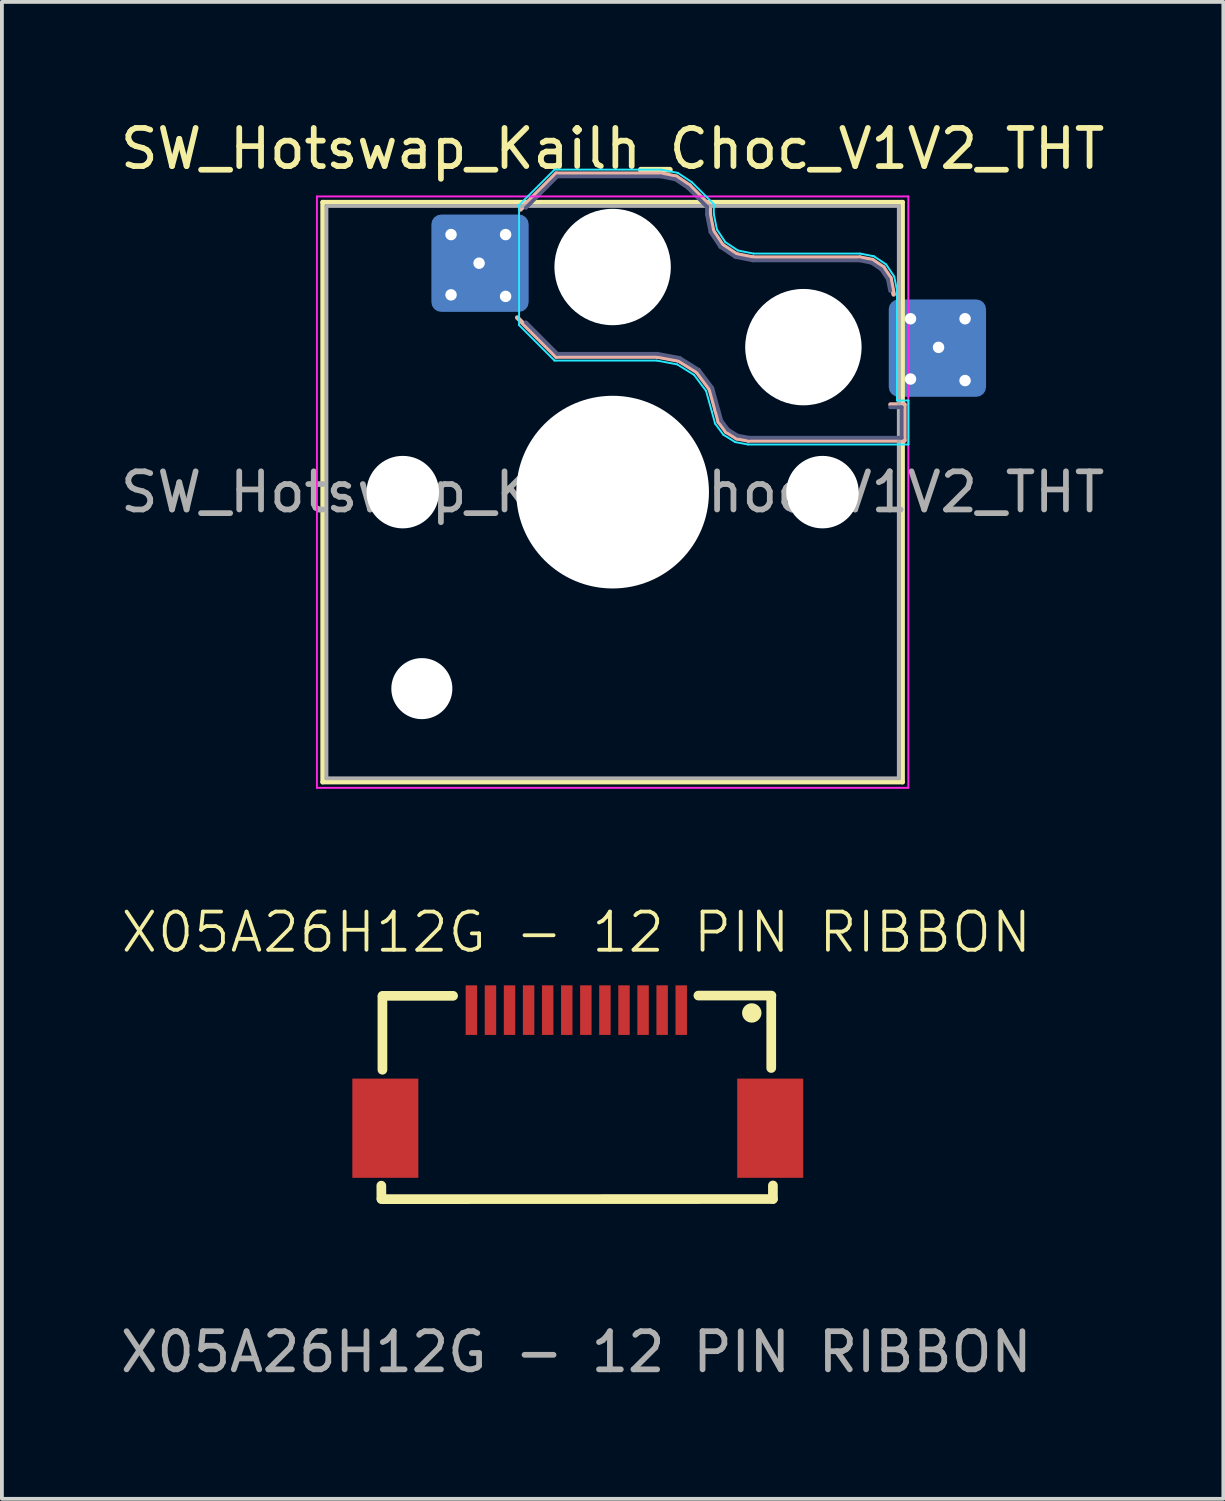
<source format=kicad_pcb>
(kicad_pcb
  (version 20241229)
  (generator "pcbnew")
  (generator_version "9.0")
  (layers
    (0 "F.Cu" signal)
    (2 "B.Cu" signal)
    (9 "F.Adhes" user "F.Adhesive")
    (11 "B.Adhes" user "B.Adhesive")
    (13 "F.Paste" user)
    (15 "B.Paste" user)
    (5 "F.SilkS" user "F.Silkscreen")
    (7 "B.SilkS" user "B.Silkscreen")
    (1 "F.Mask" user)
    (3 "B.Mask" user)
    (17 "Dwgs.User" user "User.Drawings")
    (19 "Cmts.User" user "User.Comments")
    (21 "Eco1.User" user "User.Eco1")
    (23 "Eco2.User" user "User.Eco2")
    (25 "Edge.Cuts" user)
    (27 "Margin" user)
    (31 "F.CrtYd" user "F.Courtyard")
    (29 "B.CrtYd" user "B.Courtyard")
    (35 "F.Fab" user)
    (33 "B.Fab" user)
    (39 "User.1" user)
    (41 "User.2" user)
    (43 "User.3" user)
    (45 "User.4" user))
  (footprint "SW_Hotswap_Kailh_Choc_V1V2_THT"
    (layer "F.Cu")
    (at 13.006 9.848)
    (property "Reference" "SW_Hotswap_Kailh_Choc_V1V2_THT" (at 0 -9 0) (layer "F.SilkS") (effects (font (size 1 1) (thickness 0.15))))
    (attr through_hole)
    (fp_line (start -7.6 -7.6) (end -7.6 7.6) (stroke (width 0.12) (type solid)) (layer "F.SilkS"))
    (fp_line (start -7.6 7.6) (end 7.6 7.6) (stroke (width 0.12) (type solid)) (layer "F.SilkS"))
    (fp_line (start 7.6 -7.6) (end -7.6 -7.6) (stroke (width 0.12) (type solid)) (layer "F.SilkS"))
    (fp_line (start 7.6 7.6) (end 7.6 -7.6) (stroke (width 0.12) (type solid)) (layer "F.SilkS"))
    (fp_line (start -2.416 -7.409) (end -1.479 -8.346) (stroke (width 0.12) (type solid)) (layer "B.SilkS"))
    (fp_line (start -1.479 -8.346) (end 1.268 -8.346) (stroke (width 0.12) (type solid)) (layer "B.SilkS"))
    (fp_line (start -1.479 -3.554) (end -2.5 -4.575) (stroke (width 0.12) (type solid)) (layer "B.SilkS"))
    (fp_line (start 1.168 -3.554) (end -1.479 -3.554) (stroke (width 0.12) (type solid)) (layer "B.SilkS"))
    (fp_line (start 1.268 -8.346) (end 1.671 -8.266) (stroke (width 0.12) (type solid)) (layer "B.SilkS"))
    (fp_line (start 1.671 -8.266) (end 2.013 -8.037) (stroke (width 0.12) (type solid)) (layer "B.SilkS"))
    (fp_line (start 1.73 -3.449) (end 1.168 -3.554) (stroke (width 0.12) (type solid)) (layer "B.SilkS"))
    (fp_line (start 2.013 -8.037) (end 2.546 -7.504) (stroke (width 0.12) (type solid)) (layer "B.SilkS"))
    (fp_line (start 2.209 -3.15) (end 1.73 -3.449) (stroke (width 0.12) (type solid)) (layer "B.SilkS"))
    (fp_line (start 2.546 -7.504) (end 2.546 -7.282) (stroke (width 0.12) (type solid)) (layer "B.SilkS"))
    (fp_line (start 2.546 -7.282) (end 2.633 -6.844) (stroke (width 0.12) (type solid)) (layer "B.SilkS"))
    (fp_line (start 2.547 -2.697) (end 2.209 -3.15) (stroke (width 0.12) (type solid)) (layer "B.SilkS"))
    (fp_line (start 2.633 -6.844) (end 2.877 -6.477) (stroke (width 0.12) (type solid)) (layer "B.SilkS"))
    (fp_line (start 2.701 -2.139) (end 2.547 -2.697) (stroke (width 0.12) (type solid)) (layer "B.SilkS"))
    (fp_line (start 2.783 -1.841) (end 2.701 -2.139) (stroke (width 0.12) (type solid)) (layer "B.SilkS"))
    (fp_line (start 2.877 -6.477) (end 3.244 -6.233) (stroke (width 0.12) (type solid)) (layer "B.SilkS"))
    (fp_line (start 2.976 -1.583) (end 2.783 -1.841) (stroke (width 0.12) (type solid)) (layer "B.SilkS"))
    (fp_line (start 3.244 -6.233) (end 3.682 -6.146) (stroke (width 0.12) (type solid)) (layer "B.SilkS"))
    (fp_line (start 3.25 -1.413) (end 2.976 -1.583) (stroke (width 0.12) (type solid)) (layer "B.SilkS"))
    (fp_line (start 3.56 -1.354) (end 3.25 -1.413) (stroke (width 0.12) (type solid)) (layer "B.SilkS"))
    (fp_line (start 3.682 -6.146) (end 6.482 -6.146) (stroke (width 0.12) (type solid)) (layer "B.SilkS"))
    (fp_line (start 6.482 -6.146) (end 6.809 -6.081) (stroke (width 0.12) (type solid)) (layer "B.SilkS"))
    (fp_line (start 6.809 -6.081) (end 7.092 -5.892) (stroke (width 0.12) (type solid)) (layer "B.SilkS"))
    (fp_line (start 7.092 -5.892) (end 7.281 -5.609) (stroke (width 0.12) (type solid)) (layer "B.SilkS"))
    (fp_line (start 7.281 -5.609) (end 7.366 -5.182) (stroke (width 0.12) (type solid)) (layer "B.SilkS"))
    (fp_line (start 7.283 -2.296) (end 7.646 -2.296) (stroke (width 0.12) (type solid)) (layer "B.SilkS"))
    (fp_line (start 7.646 -2.296) (end 7.646 -1.354) (stroke (width 0.12) (type solid)) (layer "B.SilkS"))
    (fp_line (start 7.646 -1.354) (end 3.56 -1.354) (stroke (width 0.12) (type solid)) (layer "B.SilkS"))
    (fp_line (start -7.25 -7.25) (end -7.25 7.25) (stroke (width 0.1) (type solid)) (layer "Eco1.User"))
    (fp_line (start -7.25 7.25) (end 7.25 7.25) (stroke (width 0.1) (type solid)) (layer "Eco1.User"))
    (fp_line (start 7.25 -7.25) (end -7.25 -7.25) (stroke (width 0.1) (type solid)) (layer "Eco1.User"))
    (fp_line (start 7.25 7.25) (end 7.25 -7.25) (stroke (width 0.1) (type solid)) (layer "Eco1.User"))
    (fp_line (start -2.452 -7.523) (end -1.523 -8.452) (stroke (width 0.05) (type solid)) (layer "B.CrtYd"))
    (fp_line (start -2.452 -4.377) (end -2.452 -7.523) (stroke (width 0.05) (type solid)) (layer "B.CrtYd"))
    (fp_line (start -1.523 -8.452) (end 1.278 -8.452) (stroke (width 0.05) (type solid)) (layer "B.CrtYd"))
    (fp_line (start -1.523 -3.448) (end -2.452 -4.377) (stroke (width 0.05) (type solid)) (layer "B.CrtYd"))
    (fp_line (start 1.159 -3.448) (end -1.523 -3.448) (stroke (width 0.05) (type solid)) (layer "B.CrtYd"))
    (fp_line (start 1.278 -8.452) (end 1.712 -8.366) (stroke (width 0.05) (type solid)) (layer "B.CrtYd"))
    (fp_line (start 1.691 -3.348) (end 1.159 -3.448) (stroke (width 0.05) (type solid)) (layer "B.CrtYd"))
    (fp_line (start 1.712 -8.366) (end 2.081 -8.119) (stroke (width 0.05) (type solid)) (layer "B.CrtYd"))
    (fp_line (start 2.081 -8.119) (end 2.652 -7.548) (stroke (width 0.05) (type solid)) (layer "B.CrtYd"))
    (fp_line (start 2.136 -3.071) (end 1.691 -3.348) (stroke (width 0.05) (type solid)) (layer "B.CrtYd"))
    (fp_line (start 2.45 -2.65) (end 2.136 -3.071) (stroke (width 0.05) (type solid)) (layer "B.CrtYd"))
    (fp_line (start 2.599 -2.111) (end 2.45 -2.65) (stroke (width 0.05) (type solid)) (layer "B.CrtYd"))
    (fp_line (start 2.652 -7.548) (end 2.652 -7.292) (stroke (width 0.05) (type solid)) (layer "B.CrtYd"))
    (fp_line (start 2.652 -7.292) (end 2.733 -6.885) (stroke (width 0.05) (type solid)) (layer "B.CrtYd"))
    (fp_line (start 2.687 -1.794) (end 2.599 -2.111) (stroke (width 0.05) (type solid)) (layer "B.CrtYd"))
    (fp_line (start 2.733 -6.885) (end 2.953 -6.553) (stroke (width 0.05) (type solid)) (layer "B.CrtYd"))
    (fp_line (start 2.903 -1.503) (end 2.687 -1.794) (stroke (width 0.05) (type solid)) (layer "B.CrtYd"))
    (fp_line (start 2.953 -6.553) (end 3.285 -6.333) (stroke (width 0.05) (type solid)) (layer "B.CrtYd"))
    (fp_line (start 3.211 -1.312) (end 2.903 -1.503) (stroke (width 0.05) (type solid)) (layer "B.CrtYd"))
    (fp_line (start 3.285 -6.333) (end 3.692 -6.252) (stroke (width 0.05) (type solid)) (layer "B.CrtYd"))
    (fp_line (start 3.55 -1.248) (end 3.211 -1.312) (stroke (width 0.05) (type solid)) (layer "B.CrtYd"))
    (fp_line (start 3.692 -6.252) (end 6.492 -6.252) (stroke (width 0.05) (type solid)) (layer "B.CrtYd"))
    (fp_line (start 6.492 -6.252) (end 6.85 -6.181) (stroke (width 0.05) (type solid)) (layer "B.CrtYd"))
    (fp_line (start 6.85 -6.181) (end 7.168 -5.968) (stroke (width 0.05) (type solid)) (layer "B.CrtYd"))
    (fp_line (start 7.168 -5.968) (end 7.381 -5.65) (stroke (width 0.05) (type solid)) (layer "B.CrtYd"))
    (fp_line (start 7.381 -5.65) (end 7.452 -5.292) (stroke (width 0.05) (type solid)) (layer "B.CrtYd"))
    (fp_line (start 7.452 -5.292) (end 7.452 -2.402) (stroke (width 0.05) (type solid)) (layer "B.CrtYd"))
    (fp_line (start 7.452 -2.402) (end 7.752 -2.402) (stroke (width 0.05) (type solid)) (layer "B.CrtYd"))
    (fp_line (start 7.752 -2.402) (end 7.752 -1.248) (stroke (width 0.05) (type solid)) (layer "B.CrtYd"))
    (fp_line (start 7.752 -1.248) (end 3.55 -1.248) (stroke (width 0.05) (type solid)) (layer "B.CrtYd"))
    (fp_line (start -7.75 -7.75) (end -7.75 7.75) (stroke (width 0.05) (type solid)) (layer "F.CrtYd"))
    (fp_line (start -7.75 7.75) (end 7.75 7.75) (stroke (width 0.05) (type solid)) (layer "F.CrtYd"))
    (fp_line (start 7.75 -7.75) (end -7.75 -7.75) (stroke (width 0.05) (type solid)) (layer "F.CrtYd"))
    (fp_line (start 7.75 7.75) (end 7.75 -7.75) (stroke (width 0.05) (type solid)) (layer "F.CrtYd"))
    (fp_line (start -2.275 -7.45) (end -1.45 -8.275) (stroke (width 0.1) (type solid)) (layer "B.Fab"))
    (fp_line (start -1.45 -8.275) (end 1.261 -8.275) (stroke (width 0.1) (type solid)) (layer "B.Fab"))
    (fp_line (start -1.45 -3.625) (end -2.275 -4.45) (stroke (width 0.1) (type solid)) (layer "B.Fab"))
    (fp_line (start 1.175 -3.625) (end -1.45 -3.625) (stroke (width 0.1) (type solid)) (layer "B.Fab"))
    (fp_line (start 1.261 -8.275) (end 1.643 -8.199) (stroke (width 0.1) (type solid)) (layer "B.Fab"))
    (fp_line (start 1.643 -8.199) (end 1.968 -7.982) (stroke (width 0.1) (type solid)) (layer "B.Fab"))
    (fp_line (start 1.756 -3.516) (end 1.175 -3.625) (stroke (width 0.1) (type solid)) (layer "B.Fab"))
    (fp_line (start 1.968 -7.982) (end 2.475 -7.475) (stroke (width 0.1) (type solid)) (layer "B.Fab"))
    (fp_line (start 2.258 -3.203) (end 1.756 -3.516) (stroke (width 0.1) (type solid)) (layer "B.Fab"))
    (fp_line (start 2.475 -7.475) (end 2.475 -7.275) (stroke (width 0.1) (type solid)) (layer "B.Fab"))
    (fp_line (start 2.475 -7.275) (end 2.566 -6.816) (stroke (width 0.1) (type solid)) (layer "B.Fab"))
    (fp_line (start 2.566 -6.816) (end 2.826 -6.426) (stroke (width 0.1) (type solid)) (layer "B.Fab"))
    (fp_line (start 2.612 -2.729) (end 2.258 -3.203) (stroke (width 0.1) (type solid)) (layer "B.Fab"))
    (fp_line (start 2.769 -2.158) (end 2.612 -2.729) (stroke (width 0.1) (type solid)) (layer "B.Fab"))
    (fp_line (start 2.826 -6.426) (end 3.216 -6.166) (stroke (width 0.1) (type solid)) (layer "B.Fab"))
    (fp_line (start 2.848 -1.873) (end 2.769 -2.158) (stroke (width 0.1) (type solid)) (layer "B.Fab"))
    (fp_line (start 3.025 -1.636) (end 2.848 -1.873) (stroke (width 0.1) (type solid)) (layer "B.Fab"))
    (fp_line (start 3.216 -6.166) (end 3.675 -6.075) (stroke (width 0.1) (type solid)) (layer "B.Fab"))
    (fp_line (start 3.276 -1.48) (end 3.025 -1.636) (stroke (width 0.1) (type solid)) (layer "B.Fab"))
    (fp_line (start 3.567 -1.425) (end 3.276 -1.48) (stroke (width 0.1) (type solid)) (layer "B.Fab"))
    (fp_line (start 3.675 -6.075) (end 6.475 -6.075) (stroke (width 0.1) (type solid)) (layer "B.Fab"))
    (fp_line (start 6.475 -6.075) (end 6.781 -6.014) (stroke (width 0.1) (type solid)) (layer "B.Fab"))
    (fp_line (start 6.781 -6.014) (end 7.041 -5.841) (stroke (width 0.1) (type solid)) (layer "B.Fab"))
    (fp_line (start 7.041 -5.841) (end 7.214 -5.581) (stroke (width 0.1) (type solid)) (layer "B.Fab"))
    (fp_line (start 7.214 -5.581) (end 7.275 -5.275) (stroke (width 0.1) (type solid)) (layer "B.Fab"))
    (fp_line (start 7.275 -2.225) (end 7.575 -2.225) (stroke (width 0.1) (type solid)) (layer "B.Fab"))
    (fp_line (start 7.575 -2.225) (end 7.575 -1.425) (stroke (width 0.1) (type solid)) (layer "B.Fab"))
    (fp_line (start 7.575 -1.425) (end 3.567 -1.425) (stroke (width 0.1) (type solid)) (layer "B.Fab"))
    (fp_line (start -7.5 -7.5) (end -7.5 7.5) (stroke (width 0.1) (type solid)) (layer "F.Fab"))
    (fp_line (start -7.5 7.5) (end 7.5 7.5) (stroke (width 0.1) (type solid)) (layer "F.Fab"))
    (fp_line (start 7.5 -7.5) (end -7.5 -7.5) (stroke (width 0.1) (type solid)) (layer "F.Fab"))
    (fp_line (start 7.5 7.5) (end 7.5 -7.5) (stroke (width 0.1) (type solid)) (layer "F.Fab"))
    (fp_text user "${REFERENCE}" (at 0 0 0) (layer "F.Fab") (effects (font (size 1 1) (thickness 0.15))))
    (pad "" np_thru_hole circle (at -5.5 0) (size 1.9 1.9) (drill 1.9) (layers "*.Cu" "*.Mask"))
    (pad "" np_thru_hole circle (at -5 5.15) (size 1.6 1.6) (drill 1.6) (layers "*.Cu" "*.Mask"))
    (pad "" np_thru_hole circle (at 0 -5.9) (size 3.05 3.05) (drill 3.05) (layers "*.Cu" "*.Mask"))
    (pad "" np_thru_hole circle (at 0 0) (size 5.05 5.05) (drill 5.05) (layers "*.Cu" "*.Mask"))
    (pad "" np_thru_hole circle (at 5 -3.8) (size 3.05 3.05) (drill 3.05) (layers "*.Cu" "*.Mask"))
    (pad "" np_thru_hole circle (at 5.5 0) (size 1.9 1.9) (drill 1.9) (layers "*.Cu" "*.Mask"))
    (pad "1" thru_hole circle (at -4.235 -6.75) (size 0.4 0.4) (drill 0.3) (layers "*.Cu" "*.Mask"))
    (pad "1" thru_hole circle (at -4.235 -5.17) (size 0.4 0.4) (drill 0.3) (layers "*.Cu" "*.Mask"))
    (pad "1" thru_hole circle (at -3.5 -6) (size 0.4 0.4) (drill 0.3) (layers "*.Cu" "*.Mask"))
    (pad "1" smd roundrect (at -3.475 -6) (size 2.55 2.55) (layers "B.Cu" "B.Mask" "B.Paste") (roundrect_rratio 0.1))
    (pad "1" thru_hole circle (at -2.805 -6.75) (size 0.4 0.4) (drill 0.3) (layers "*.Cu" "*.Mask"))
    (pad "1" thru_hole circle (at -2.805 -5.13) (size 0.4 0.4) (drill 0.3) (layers "*.Cu" "*.Mask"))
    (pad "2" thru_hole circle (at 7.807 -4.544) (size 0.4 0.4) (drill 0.3) (layers "*.Cu" "*.Mask"))
    (pad "2" thru_hole circle (at 7.807 -2.964) (size 0.4 0.4) (drill 0.3) (layers "*.Cu" "*.Mask"))
    (pad "2" smd roundrect (at 8.512 -3.774) (size 2.55 2.55) (layers "B.Cu" "B.Mask" "B.Paste") (roundrect_rratio 0.1))
    (pad "2" thru_hole circle (at 8.542 -3.794) (size 0.4 0.4) (drill 0.3) (layers "*.Cu" "*.Mask"))
    (pad "2" thru_hole circle (at 9.237 -4.544) (size 0.4 0.4) (drill 0.3) (layers "*.Cu" "*.Mask"))
    (pad "2" thru_hole circle (at 9.237 -2.924) (size 0.4 0.4) (drill 0.3) (layers "*.Cu" "*.Mask")))
  (footprint "X05A26H12G - 12 PIN RIBBON"
    (layer "F.Cu")
    (at 12.054 21.884)
    (property "Reference" "X05A26H12G - 12 PIN RIBBON" (at 0 -0.5 0) (unlocked yes) (layer "F.SilkS") (effects (font (size 1 1) (thickness 0.1))))
    (attr smd)
    (fp_line (start -5.108 6.474) (end -5.11 6.14) (stroke (width 0.254) (type default)) (layer "F.SilkS"))
    (fp_line (start -5.107 6.494) (end 5.153 6.491) (stroke (width 0.254) (type default)) (layer "F.SilkS"))
    (fp_line (start -5.081 3.103) (end -5.081 1.189) (stroke (width 0.254) (type default)) (layer "F.SilkS"))
    (fp_line (start -5.079 1.165) (end -3.229 1.165) (stroke (width 0.254) (type default)) (layer "F.SilkS"))
    (fp_line (start 5.109 3.057) (end 5.109 1.207) (stroke (width 0.254) (type default)) (layer "F.SilkS"))
    (fp_line (start 5.114 1.159) (end 3.2 1.158) (stroke (width 0.254) (type default)) (layer "F.SilkS"))
    (fp_line (start 5.153 6.489) (end 5.153 6.135) (stroke (width 0.254) (type default)) (layer "F.SilkS"))
    (fp_circle (center 4.599 1.614) (end 4.726 1.614) (stroke (width 0.254) (type default)) (fill no) (layer "F.SilkS"))
    (fp_text user "${REFERENCE}" (at 0 10.5 0) (unlocked yes) (layer "F.Fab") (effects (font (size 1 1) (thickness 0.15))))
    (pad "1" smd rect (at 2.75 1.54) (size 0.3 1.3) (layers "F.Cu" "F.Mask" "F.Paste"))
    (pad "2" smd rect (at 2.25 1.54) (size 0.3 1.3) (layers "F.Cu" "F.Mask" "F.Paste"))
    (pad "3" smd rect (at 1.75 1.54) (size 0.3 1.3) (layers "F.Cu" "F.Mask" "F.Paste"))
    (pad "4" smd rect (at 1.25 1.54) (size 0.3 1.3) (layers "F.Cu" "F.Mask" "F.Paste"))
    (pad "5" smd rect (at 0.75 1.54) (size 0.3 1.3) (layers "F.Cu" "F.Mask" "F.Paste"))
    (pad "6" smd rect (at 0.25 1.54) (size 0.3 1.3) (layers "F.Cu" "F.Mask" "F.Paste"))
    (pad "7" smd rect (at -0.25 1.54) (size 0.3 1.3) (layers "F.Cu" "F.Mask" "F.Paste"))
    (pad "8" smd rect (at -0.75 1.54) (size 0.3 1.3) (layers "F.Cu" "F.Mask" "F.Paste"))
    (pad "9" smd rect (at -1.25 1.54) (size 0.3 1.3) (layers "F.Cu" "F.Mask" "F.Paste"))
    (pad "10" smd rect (at -1.75 1.54) (size 0.3 1.3) (layers "F.Cu" "F.Mask" "F.Paste"))
    (pad "11" smd rect (at -2.25 1.54) (size 0.3 1.3) (layers "F.Cu" "F.Mask" "F.Paste"))
    (pad "12" smd rect (at -2.75 1.54) (size 0.3 1.3) (layers "F.Cu" "F.Mask" "F.Paste"))
    (pad "13" smd rect (at -5.005 4.635) (size 1.73 2.6) (layers "F.Cu" "F.Mask" "F.Paste"))
    (pad "14" smd rect (at 5.082 4.635) (size 1.73 2.6) (layers "F.Cu" "F.Mask" "F.Paste")))
  (gr_rect
    (start -3 -3)
    (end 29.012 36.232)
    (stroke (width 0.1) (type default))
    (fill no)
    (layer "Edge.Cuts")))
</source>
